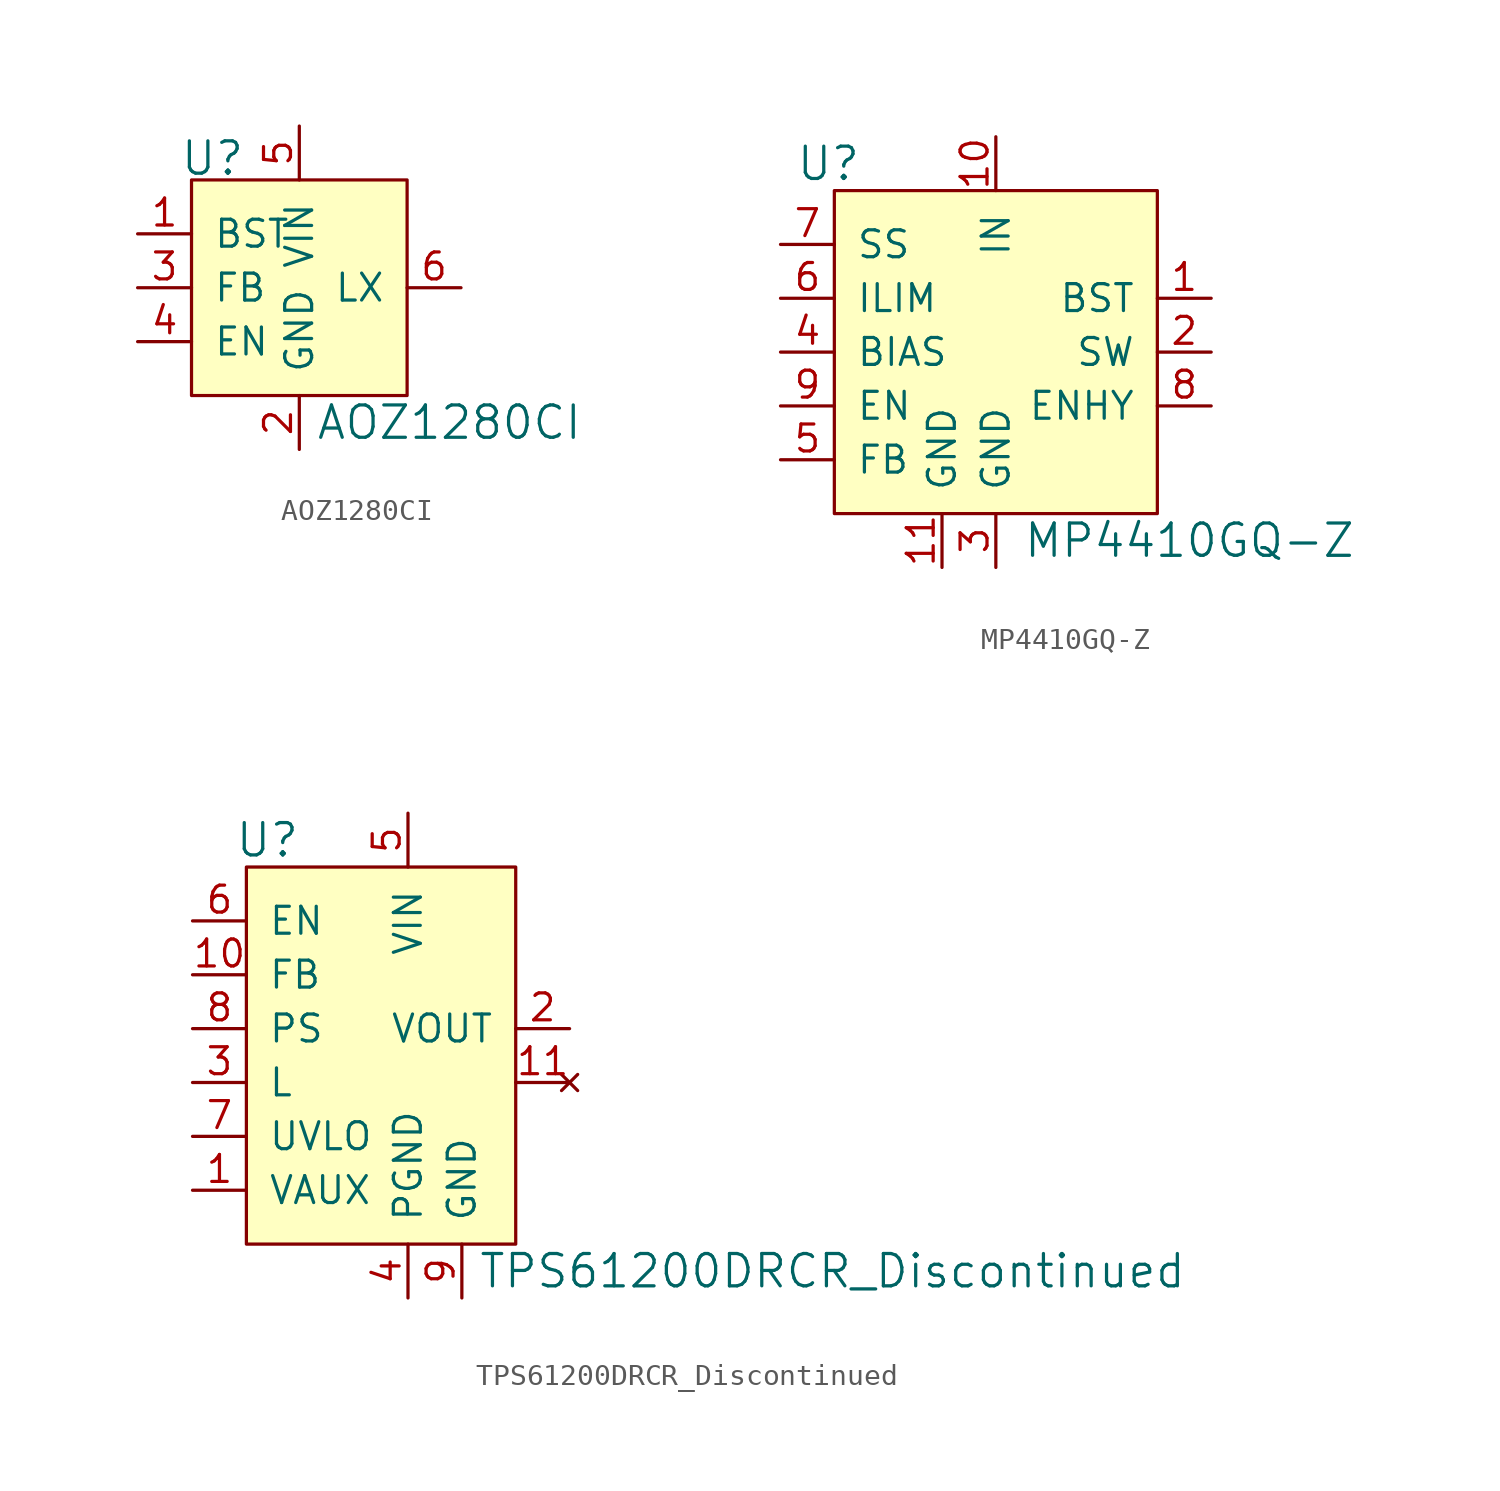
<source format=kicad_sym>
(kicad_symbol_lib
  (version 20231120)
  (generator "kicad_symbol_editor")
  (generator_version "8.0")
  (symbol "AOZ1280CI"
    (pin_names
      (offset 1.016))
    (property "Reference" "U"
      (at -2.54 3.556 0)
      (effects (font (size 1.524 1.524)) (justify right)))
    (property "Value" "AOZ1280CI"
      (at 0.762 -8.89 0)
      (effects (font (size 1.524 1.524)) (justify left)))
    (symbol "AOZ1280CI_0_1"
      (rectangle (start -5.08 2.54) (end 5.08 -7.62) (stroke (width 0) (type solid)) (fill (type background))))
    (symbol "AOZ1280CI_1_1"
      (pin passive line (at -7.62 0 0) (length 2.54) (name "BST" (effects (font (size 1.27 1.27)))) (number "1" (effects (font (size 1.27 1.27)))))
      (pin power_in line (at 0 -10.16 90) (length 2.54) (name "GND" (effects (font (size 1.27 1.27)))) (number "2" (effects (font (size 1.27 1.27)))))
      (pin passive line (at -7.62 -2.54 0) (length 2.54) (name "FB" (effects (font (size 1.27 1.27)))) (number "3" (effects (font (size 1.27 1.27)))))
      (pin input line (at -7.62 -5.08 0) (length 2.54) (name "EN" (effects (font (size 1.27 1.27)))) (number "4" (effects (font (size 1.27 1.27)))))
      (pin power_in line (at 0 5.08 270) (length 2.54) (name "VIN" (effects (font (size 1.27 1.27)))) (number "5" (effects (font (size 1.27 1.27)))))
      (pin output line (at 7.62 -2.54 180) (length 2.54) (name "LX" (effects (font (size 1.27 1.27)))) (number "6" (effects (font (size 1.27 1.27)))))))
  (symbol "MP4410GQ-Z"
    (pin_names
      (offset 1.016))
    (property "Reference" "U"
      (at -6.35 8.89 0)
      (effects (font (size 1.524 1.524)) (justify right)))
    (property "Value" "MP4410GQ-Z"
      (at 1.27 -8.89 0)
      (effects (font (size 1.524 1.524)) (justify left)))
    (symbol "MP4410GQ-Z_0_1"
      (rectangle (start -7.62 7.62) (end 7.62 -7.62) (stroke (width 0) (type solid)) (fill (type background)))
      (pin output line (at 10.16 2.54 180) (length 2.54) (name "BST" (effects (font (size 1.27 1.27)))) (number "1" (effects (font (size 1.27 1.27)))))
      (pin power_in line (at 0 10.16 270) (length 2.54) (name "IN" (effects (font (size 1.27 1.27)))) (number "10" (effects (font (size 1.27 1.27)))))
      (pin power_in line (at -2.54 -10.16 90) (length 2.54) (name "GND" (effects (font (size 1.27 1.27)))) (number "11" (effects (font (size 1.27 1.27)))))
      (pin output line (at 10.16 0 180) (length 2.54) (name "SW" (effects (font (size 1.27 1.27)))) (number "2" (effects (font (size 1.27 1.27)))))
      (pin power_in line (at 0 -10.16 90) (length 2.54) (name "GND" (effects (font (size 1.27 1.27)))) (number "3" (effects (font (size 1.27 1.27)))))
      (pin input line (at -10.16 0 0) (length 2.54) (name "BIAS" (effects (font (size 1.27 1.27)))) (number "4" (effects (font (size 1.27 1.27)))))
      (pin input line (at -10.16 -5.08 0) (length 2.54) (name "FB" (effects (font (size 1.27 1.27)))) (number "5" (effects (font (size 1.27 1.27)))))
      (pin input line (at -10.16 2.54 0) (length 2.54) (name "ILIM" (effects (font (size 1.27 1.27)))) (number "6" (effects (font (size 1.27 1.27)))))
      (pin input line (at -10.16 5.08 0) (length 2.54) (name "SS" (effects (font (size 1.27 1.27)))) (number "7" (effects (font (size 1.27 1.27)))))
      (pin output line (at 10.16 -2.54 180) (length 2.54) (name "ENHY" (effects (font (size 1.27 1.27)))) (number "8" (effects (font (size 1.27 1.27)))))
      (pin input line (at -10.16 -2.54 0) (length 2.54) (name "EN" (effects (font (size 1.27 1.27)))) (number "9" (effects (font (size 1.27 1.27)))))))
  (symbol "TPS61200DRCR_Discontinued"
    (pin_names
      (offset 1.016))
    (property "Reference" "U"
      (at -5.08 3.81 0)
      (effects (font (size 1.524 1.524)) (justify right)))
    (property "Value" "TPS61200DRCR_Discontinued"
      (at 3.302 -16.51 0)
      (effects (font (size 1.524 1.524)) (justify left)))
    (symbol "TPS61200DRCR_Discontinued_0_1"
      (rectangle (start -7.62 2.54) (end 5.08 -15.24) (stroke (width 0) (type solid)) (fill (type background))))
    (symbol "TPS61200DRCR_Discontinued_1_1"
      (pin bidirectional line (at -10.16 -12.7 0) (length 2.54) (name "VAUX" (effects (font (size 1.27 1.27)))) (number "1" (effects (font (size 1.27 1.27)))))
      (pin input line (at -10.16 -2.54 0) (length 2.54) (name "FB" (effects (font (size 1.27 1.27)))) (number "10" (effects (font (size 1.27 1.27)))))
      (pin no_connect line (at 7.62 -7.62 180) (length 2.54) (name "~" (effects (font (size 1.27 1.27)))) (number "11" (effects (font (size 1.27 1.27)))))
      (pin output line (at 7.62 -5.08 180) (length 2.54) (name "VOUT" (effects (font (size 1.27 1.27)))) (number "2" (effects (font (size 1.27 1.27)))))
      (pin input line (at -10.16 -7.62 0) (length 2.54) (name "L" (effects (font (size 1.27 1.27)))) (number "3" (effects (font (size 1.27 1.27)))))
      (pin power_in line (at 0 -17.78 90) (length 2.54) (name "PGND" (effects (font (size 1.27 1.27)))) (number "4" (effects (font (size 1.27 1.27)))))
      (pin power_in line (at 0 5.08 270) (length 2.54) (name "VIN" (effects (font (size 1.27 1.27)))) (number "5" (effects (font (size 1.27 1.27)))))
      (pin input line (at -10.16 0 0) (length 2.54) (name "EN" (effects (font (size 1.27 1.27)))) (number "6" (effects (font (size 1.27 1.27)))))
      (pin input line (at -10.16 -10.16 0) (length 2.54) (name "UVLO" (effects (font (size 1.27 1.27)))) (number "7" (effects (font (size 1.27 1.27)))))
      (pin input line (at -10.16 -5.08 0) (length 2.54) (name "PS" (effects (font (size 1.27 1.27)))) (number "8" (effects (font (size 1.27 1.27)))))
      (pin power_in line (at 2.54 -17.78 90) (length 2.54) (name "GND" (effects (font (size 1.27 1.27)))) (number "9" (effects (font (size 1.27 1.27))))))))
</source>
